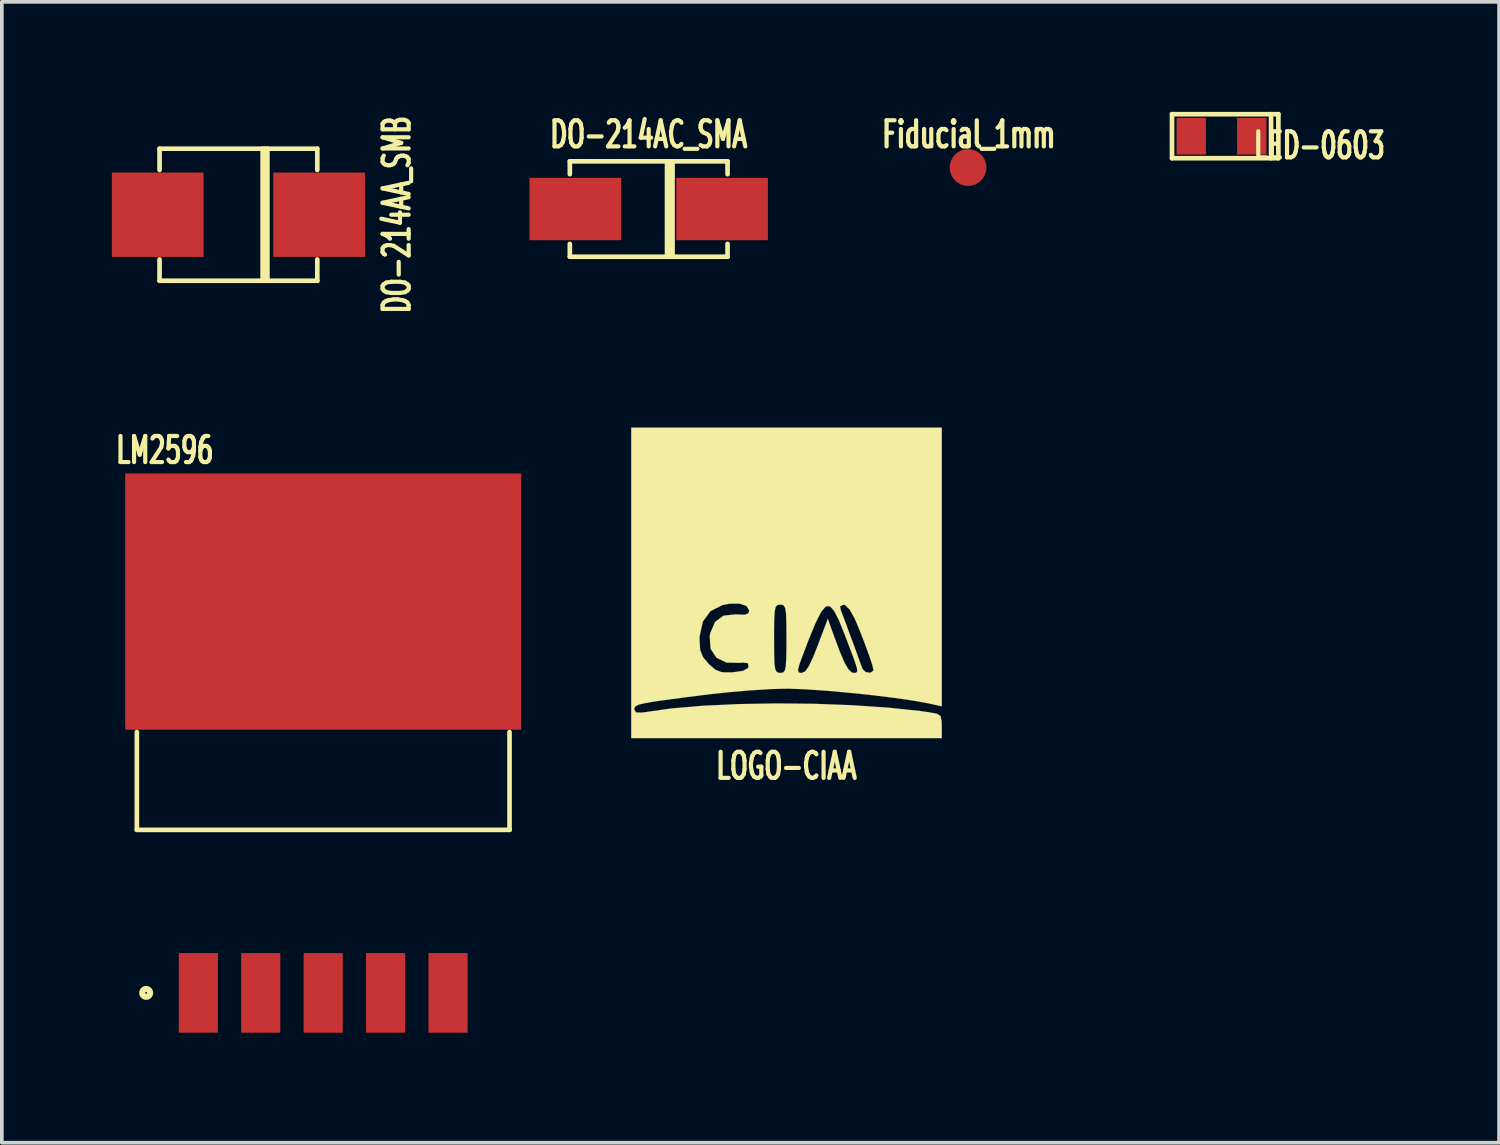
<source format=kicad_pcb>
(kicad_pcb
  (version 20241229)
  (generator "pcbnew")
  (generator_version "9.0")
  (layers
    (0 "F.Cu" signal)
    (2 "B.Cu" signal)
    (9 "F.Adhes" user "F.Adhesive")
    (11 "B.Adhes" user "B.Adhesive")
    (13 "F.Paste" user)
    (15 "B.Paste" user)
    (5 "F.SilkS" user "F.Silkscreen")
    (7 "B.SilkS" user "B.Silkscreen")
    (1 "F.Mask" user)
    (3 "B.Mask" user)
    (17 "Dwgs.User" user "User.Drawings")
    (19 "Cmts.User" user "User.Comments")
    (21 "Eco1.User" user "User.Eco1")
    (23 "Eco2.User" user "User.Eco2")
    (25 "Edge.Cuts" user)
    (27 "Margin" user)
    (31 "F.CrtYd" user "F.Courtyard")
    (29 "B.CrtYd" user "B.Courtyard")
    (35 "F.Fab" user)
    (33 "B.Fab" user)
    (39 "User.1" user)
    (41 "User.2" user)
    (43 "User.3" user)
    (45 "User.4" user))
  (footprint "LM2596"
    (layer "F.Cu")
    (at 5.761 17.479)
    (property "Reference" "LM2596" (at -4.318 -8.255 0) (layer "F.SilkS") (effects (font (size 0.711 0.457) (thickness 0.114))))
    (attr through_hole)
    (fp_line (start -5.08 2.095) (end -5.08 -0.572) (stroke (width 0.127) (type solid)) (layer "F.SilkS"))
    (fp_line (start -5.08 2.095) (end 5.08 2.095) (stroke (width 0.127) (type solid)) (layer "F.SilkS"))
    (fp_line (start 5.08 2.095) (end 5.08 -0.572) (stroke (width 0.127) (type solid)) (layer "F.SilkS"))
    (fp_circle (center -4.826 6.54) (end -4.801 6.54) (stroke (width 0.127) (type solid)) (fill no) (layer "F.SilkS"))
    (fp_circle (center -4.826 6.54) (end -4.699 6.54) (stroke (width 0.127) (type solid)) (fill no) (layer "F.SilkS"))
    (pad "1" smd rect (at -3.404 6.54) (size 1.067 2.17) (layers "F.Cu" "F.Mask" "F.Paste"))
    (pad "2" smd rect (at -1.702 6.54) (size 1.067 2.17) (layers "F.Cu" "F.Mask" "F.Paste"))
    (pad "3" smd rect (at 0 -4.128) (size 10.795 6.985) (layers "F.Cu" "F.Mask" "F.Paste"))
    (pad "3" smd rect (at 0 6.54) (size 1.067 2.17) (layers "F.Cu" "F.Mask" "F.Paste"))
    (pad "4" smd rect (at 1.702 6.54) (size 1.067 2.17) (layers "F.Cu" "F.Mask" "F.Paste"))
    (pad "5" smd rect (at 3.404 6.54) (size 1.067 2.17) (layers "F.Cu" "F.Mask" "F.Paste")))
  (footprint "DO-214AA_SMB"
    (layer "F.Cu")
    (at 3.45 2.804)
    (property "Reference" "DO-214AA_SMB" (at 4.318 0 270) (layer "F.SilkS") (effects (font (size 0.711 0.457) (thickness 0.114))))
    (attr smd)
    (fp_line (start -2.15 -1.8) (end -2.15 -1.22) (stroke (width 0.127) (type solid)) (layer "F.SilkS"))
    (fp_line (start -2.15 -1.8) (end 2.15 -1.8) (stroke (width 0.127) (type solid)) (layer "F.SilkS"))
    (fp_line (start -2.15 1.8) (end -2.15 1.22) (stroke (width 0.127) (type solid)) (layer "F.SilkS"))
    (fp_line (start -2.15 1.8) (end 2.15 1.8) (stroke (width 0.127) (type solid)) (layer "F.SilkS"))
    (fp_line (start 0.66 -1.8) (end 0.66 1.8) (stroke (width 0.127) (type solid)) (layer "F.SilkS"))
    (fp_line (start 0.72 1.8) (end 0.72 -1.8) (stroke (width 0.127) (type solid)) (layer "F.SilkS"))
    (fp_line (start 0.79 -1.8) (end 0.79 1.8) (stroke (width 0.127) (type solid)) (layer "F.SilkS"))
    (fp_line (start 2.15 -1.8) (end 2.15 -1.22) (stroke (width 0.127) (type solid)) (layer "F.SilkS"))
    (fp_line (start 2.15 1.8) (end 2.15 1.22) (stroke (width 0.127) (type solid)) (layer "F.SilkS"))
    (pad "1" smd rect (at -2.2 0) (size 2.5 2.3) (layers "F.Cu" "F.Mask" "F.Paste"))
    (pad "2" smd rect (at 2.2 0) (size 2.5 2.3) (layers "F.Cu" "F.Mask" "F.Paste")))
  (footprint "LOGO-CIAA"
    (layer "F.Cu")
    (at 18.391 12.84)
    (property "Reference" "LOGO-CIAA" (at 0 4.994 0) (layer "F.SilkS") (effects (font (size 0.711 0.457) (thickness 0.114))))
    (attr through_hole)
    (fp_poly (pts (xy 4.234 4.234) (xy 0 4.234) (xy -4.232 4.234) (xy -4.232 0) (xy -4.232 -4.232) (xy 0 -4.232) (xy 4.234 -4.232) (xy 4.234 -0.434) (xy 4.234 3.365) (xy 3.873 3.287) (xy 3.472 3.213) (xy 2.946 3.137) (xy 2.372 3.066) (xy 2.372 2.375) (xy 2.342 2.245) (xy 2.263 2.004) (xy 2.149 1.694) (xy 2.022 1.361) (xy 1.892 1.046) (xy 1.849 0.953) (xy 1.725 0.732) (xy 1.598 0.607) (xy 1.554 0.594) (xy 1.463 0.64) (xy 1.481 0.742) (xy 1.532 0.876) (xy 1.626 1.125) (xy 1.74 1.438) (xy 1.862 1.765) (xy 1.971 2.068) (xy 2.052 2.291) (xy 2.075 2.349) (xy 2.162 2.433) (xy 2.289 2.451) (xy 2.367 2.395) (xy 2.372 2.375) (xy 2.372 3.066) (xy 2.344 3.063) (xy 1.928 3.018) (xy 1.928 2.421) (xy 1.923 2.339) (xy 1.877 2.182) (xy 1.783 1.925) (xy 1.638 1.542) (xy 1.582 1.397) (xy 1.43 1.019) (xy 1.3 0.765) (xy 1.186 0.638) (xy 1.072 0.643) (xy 0.947 0.79) (xy 0.8 1.079) (xy 0.617 1.521) (xy 0.462 1.928) (xy 0.358 2.207) (xy 0.315 2.367) (xy 0.33 2.438) (xy 0.396 2.456) (xy 0.417 2.456) (xy 0.511 2.413) (xy 0.615 2.266) (xy 0.739 1.996) (xy 0.848 1.72) (xy 1.128 0.98) (xy 1.293 1.443) (xy 1.458 1.882) (xy 1.587 2.182) (xy 1.692 2.362) (xy 1.783 2.443) (xy 1.834 2.456) (xy 1.895 2.451) (xy 1.928 2.421) (xy 1.928 3.018) (xy 1.709 2.997) (xy 1.09 2.941) (xy 0.531 2.903) (xy 0.079 2.885) (xy 0 2.885) (xy 0 1.699) (xy 0 1.524) (xy -0.003 1.118) (xy -0.01 0.848) (xy -0.033 0.693) (xy -0.074 0.617) (xy -0.137 0.594) (xy -0.168 0.594) (xy -0.244 0.605) (xy -0.292 0.655) (xy -0.32 0.777) (xy -0.333 0.998) (xy -0.338 1.349) (xy -0.338 1.524) (xy -0.335 1.933) (xy -0.328 2.2) (xy -0.305 2.357) (xy -0.264 2.431) (xy -0.201 2.454) (xy -0.168 2.456) (xy -0.094 2.446) (xy -0.046 2.393) (xy -0.018 2.271) (xy -0.005 2.05) (xy 0 1.699) (xy 0 2.885) (xy -0.419 2.896) (xy -0.945 2.929) (xy -1.016 2.934) (xy -1.016 0.754) (xy -1.09 0.63) (xy -1.283 0.566) (xy -1.554 0.569) (xy -1.742 0.605) (xy -2.073 0.772) (xy -2.281 1.059) (xy -2.367 1.455) (xy -2.37 1.542) (xy -2.352 1.829) (xy -2.273 2.027) (xy -2.118 2.212) (xy -1.935 2.37) (xy -1.755 2.438) (xy -1.501 2.441) (xy -1.463 2.438) (xy -1.186 2.4) (xy -1.054 2.324) (xy -1.034 2.278) (xy -1.052 2.189) (xy -1.184 2.174) (xy -1.265 2.182) (xy -1.636 2.174) (xy -1.91 2.04) (xy -2.068 1.798) (xy -2.093 1.466) (xy -2.078 1.369) (xy -1.946 1.064) (xy -1.717 0.894) (xy -1.384 0.859) (xy -1.359 0.861) (xy -1.133 0.869) (xy -1.034 0.826) (xy -1.016 0.754) (xy -1.016 2.934) (xy -1.519 2.977) (xy -2.075 3.035) (xy -2.2 3.051) (xy -2.822 3.129) (xy -3.294 3.193) (xy -3.64 3.241) (xy -3.876 3.284) (xy -4.026 3.32) (xy -4.107 3.358) (xy -4.14 3.399) (xy -4.148 3.447) (xy -4.148 3.449) (xy -4.107 3.531) (xy -3.955 3.538) (xy -3.873 3.528) (xy -3.137 3.424) (xy -2.273 3.35) (xy -1.311 3.305) (xy -0.292 3.287) (xy 0.752 3.297) (xy 1.781 3.335) (xy 2.764 3.401) (xy 3.658 3.495) (xy 3.873 3.526) (xy 4.1 3.566) (xy 4.204 3.635) (xy 4.232 3.782) (xy 4.234 3.904) (xy 4.234 4.234)) (stroke (width 0.003) (type solid)) (fill yes) (layer "F.SilkS")))
  (footprint "DO-214AC_SMA"
    (layer "F.Cu")
    (at 14.635 2.649)
    (property "Reference" "DO-214AC_SMA" (at 0 -2.032 0) (layer "F.SilkS") (effects (font (size 0.711 0.457) (thickness 0.114))))
    (attr through_hole)
    (fp_line (start -2.15 -1.3) (end -2.15 -0.95) (stroke (width 0.127) (type solid)) (layer "F.SilkS"))
    (fp_line (start -2.15 -1.3) (end 2.15 -1.3) (stroke (width 0.127) (type solid)) (layer "F.SilkS"))
    (fp_line (start -2.15 1.3) (end -2.15 0.95) (stroke (width 0.127) (type solid)) (layer "F.SilkS"))
    (fp_line (start 0.5 1.3) (end 0.5 -1.3) (stroke (width 0.127) (type solid)) (layer "F.SilkS"))
    (fp_line (start 0.6 -1.3) (end 0.6 1.3) (stroke (width 0.127) (type solid)) (layer "F.SilkS"))
    (fp_line (start 0.65 -1.3) (end 0.65 1.3) (stroke (width 0.127) (type solid)) (layer "F.SilkS"))
    (fp_line (start 2.15 -1.3) (end 2.15 -0.95) (stroke (width 0.127) (type solid)) (layer "F.SilkS"))
    (fp_line (start 2.15 1.3) (end -2.15 1.3) (stroke (width 0.127) (type solid)) (layer "F.SilkS"))
    (fp_line (start 2.15 1.3) (end 2.15 0.95) (stroke (width 0.127) (type solid)) (layer "F.SilkS"))
    (pad "1" smd rect (at -2 0) (size 2.5 1.7) (layers "F.Cu" "F.Mask" "F.Paste"))
    (pad "2" smd rect (at 2 0) (size 2.5 1.7) (layers "F.Cu" "F.Mask" "F.Paste")))
  (footprint "Fiducial_1mm"
    (layer "F.Cu")
    (at 23.342 1.517)
    (property "Reference" "Fiducial_1mm" (at 0.02 -0.9 0) (layer "F.SilkS") (effects (font (size 0.711 0.457) (thickness 0.114))))
    (attr through_hole)
    (pad "1" smd circle (at 0 0) (size 1 1) (layers "F.Cu" "F.Mask")))
  (footprint "LED-0603"
    (layer "F.Cu")
    (at 30.252 0.663)
    (property "Reference" "LED-0603" (at 2.667 0.254 0) (layer "F.SilkS") (effects (font (size 0.711 0.457) (thickness 0.114))))
    (attr smd)
    (fp_line (start -1.35 -0.6) (end 1.55 -0.6) (stroke (width 0.127) (type solid)) (layer "F.SilkS"))
    (fp_line (start -1.35 0.6) (end -1.35 -0.6) (stroke (width 0.127) (type solid)) (layer "F.SilkS"))
    (fp_line (start -1.35 0.6) (end 1.55 0.6) (stroke (width 0.127) (type solid)) (layer "F.SilkS"))
    (fp_line (start 1.35 -0.6) (end 1.35 0.6) (stroke (width 0.127) (type solid)) (layer "F.SilkS"))
    (fp_line (start 1.55 -0.6) (end 1.55 0.6) (stroke (width 0.127) (type solid)) (layer "F.SilkS"))
    (pad "1" smd rect (at -0.825 0) (size 0.8 1) (layers "F.Cu" "F.Mask" "F.Paste"))
    (pad "2" smd rect (at 0.825 0) (size 0.8 1) (layers "F.Cu" "F.Mask" "F.Paste")))
  (gr_rect
    (start -3 -3)
    (end 37.819 28.104)
    (stroke (width 0.1) (type default))
    (fill no)
    (layer "Edge.Cuts")))
</source>
